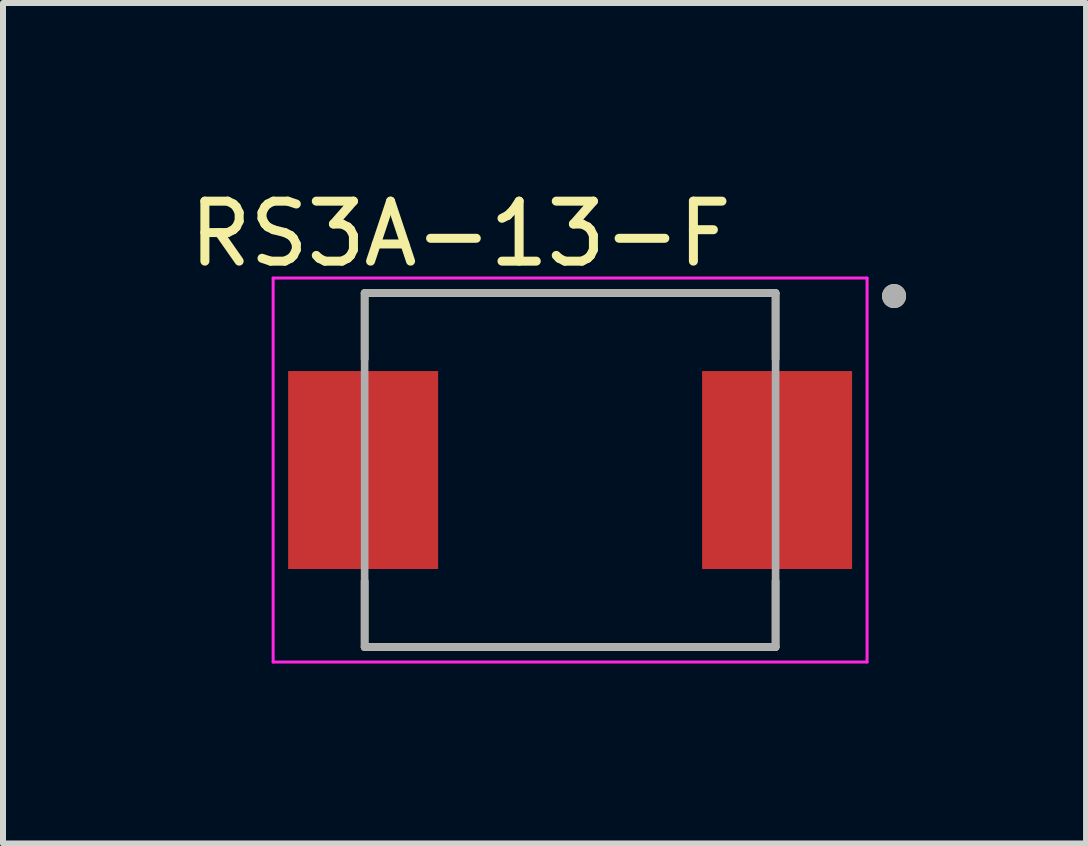
<source format=kicad_pcb>
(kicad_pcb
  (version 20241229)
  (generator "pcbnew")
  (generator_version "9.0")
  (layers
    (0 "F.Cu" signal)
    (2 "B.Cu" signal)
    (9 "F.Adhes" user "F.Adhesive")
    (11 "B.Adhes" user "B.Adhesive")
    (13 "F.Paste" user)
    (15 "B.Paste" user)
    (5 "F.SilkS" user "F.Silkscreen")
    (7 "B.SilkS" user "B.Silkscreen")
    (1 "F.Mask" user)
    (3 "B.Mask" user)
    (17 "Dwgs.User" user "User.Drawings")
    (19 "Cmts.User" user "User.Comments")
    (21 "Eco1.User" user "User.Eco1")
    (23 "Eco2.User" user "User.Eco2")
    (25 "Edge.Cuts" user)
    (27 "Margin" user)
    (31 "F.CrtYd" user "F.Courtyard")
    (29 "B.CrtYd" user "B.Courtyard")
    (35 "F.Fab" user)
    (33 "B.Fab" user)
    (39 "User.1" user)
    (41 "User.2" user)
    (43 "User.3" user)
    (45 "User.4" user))
  (footprint "RS3A-13-F"
    (layer "F.Cu")
    (at 6.453 4.785)
    (property "Reference" "RS3A-13-F" (at -1.826 -3.937 0) (layer "F.SilkS") (effects (font (size 1 1) (thickness 0.15))))
    (attr smd)
    (fp_line (start -3.425 -2.95) (end 3.425 -2.95) (stroke (width 0.127) (type solid)) (layer "F.SilkS"))
    (fp_line (start -3.425 -1.85) (end -3.425 -2.95) (stroke (width 0.127) (type solid)) (layer "F.SilkS"))
    (fp_line (start -3.425 2.95) (end -3.425 1.85) (stroke (width 0.127) (type solid)) (layer "F.SilkS"))
    (fp_line (start 3.425 -2.95) (end 3.425 -1.85) (stroke (width 0.127) (type solid)) (layer "F.SilkS"))
    (fp_line (start 3.425 1.85) (end 3.425 2.95) (stroke (width 0.127) (type solid)) (layer "F.SilkS"))
    (fp_line (start 3.425 2.95) (end -3.425 2.95) (stroke (width 0.127) (type solid)) (layer "F.SilkS"))
    (fp_circle (center 5.4 -2.9) (end 5.5 -2.9) (stroke (width 0.2) (type solid)) (fill no) (layer "F.SilkS"))
    (fp_line (start -4.95 -3.2) (end 4.95 -3.2) (stroke (width 0.05) (type solid)) (layer "F.CrtYd"))
    (fp_line (start -4.95 3.2) (end -4.95 -3.2) (stroke (width 0.05) (type solid)) (layer "F.CrtYd"))
    (fp_line (start 4.95 -3.2) (end 4.95 3.2) (stroke (width 0.05) (type solid)) (layer "F.CrtYd"))
    (fp_line (start 4.95 3.2) (end -4.95 3.2) (stroke (width 0.05) (type solid)) (layer "F.CrtYd"))
    (fp_line (start -3.425 -2.95) (end 3.425 -2.95) (stroke (width 0.127) (type solid)) (layer "F.Fab"))
    (fp_line (start -3.425 2.95) (end -3.425 -2.95) (stroke (width 0.127) (type solid)) (layer "F.Fab"))
    (fp_line (start 3.425 -2.95) (end 3.425 2.95) (stroke (width 0.127) (type solid)) (layer "F.Fab"))
    (fp_line (start 3.425 2.95) (end -3.425 2.95) (stroke (width 0.127) (type solid)) (layer "F.Fab"))
    (fp_circle (center 5.4 -2.9) (end 5.5 -2.9) (stroke (width 0.2) (type solid)) (fill no) (layer "F.Fab"))
    (pad "A" smd rect (at -3.45 0 90) (size 3.3 2.5) (layers "F.Cu" "F.Mask" "F.Paste"))
    (pad "C" smd rect (at 3.45 0 90) (size 3.3 2.5) (layers "F.Cu" "F.Mask" "F.Paste")))
  (gr_rect
    (start -3 -3)
    (end 15.053 11.01)
    (stroke (width 0.1) (type default))
    (fill no)
    (layer "Edge.Cuts")))
</source>
